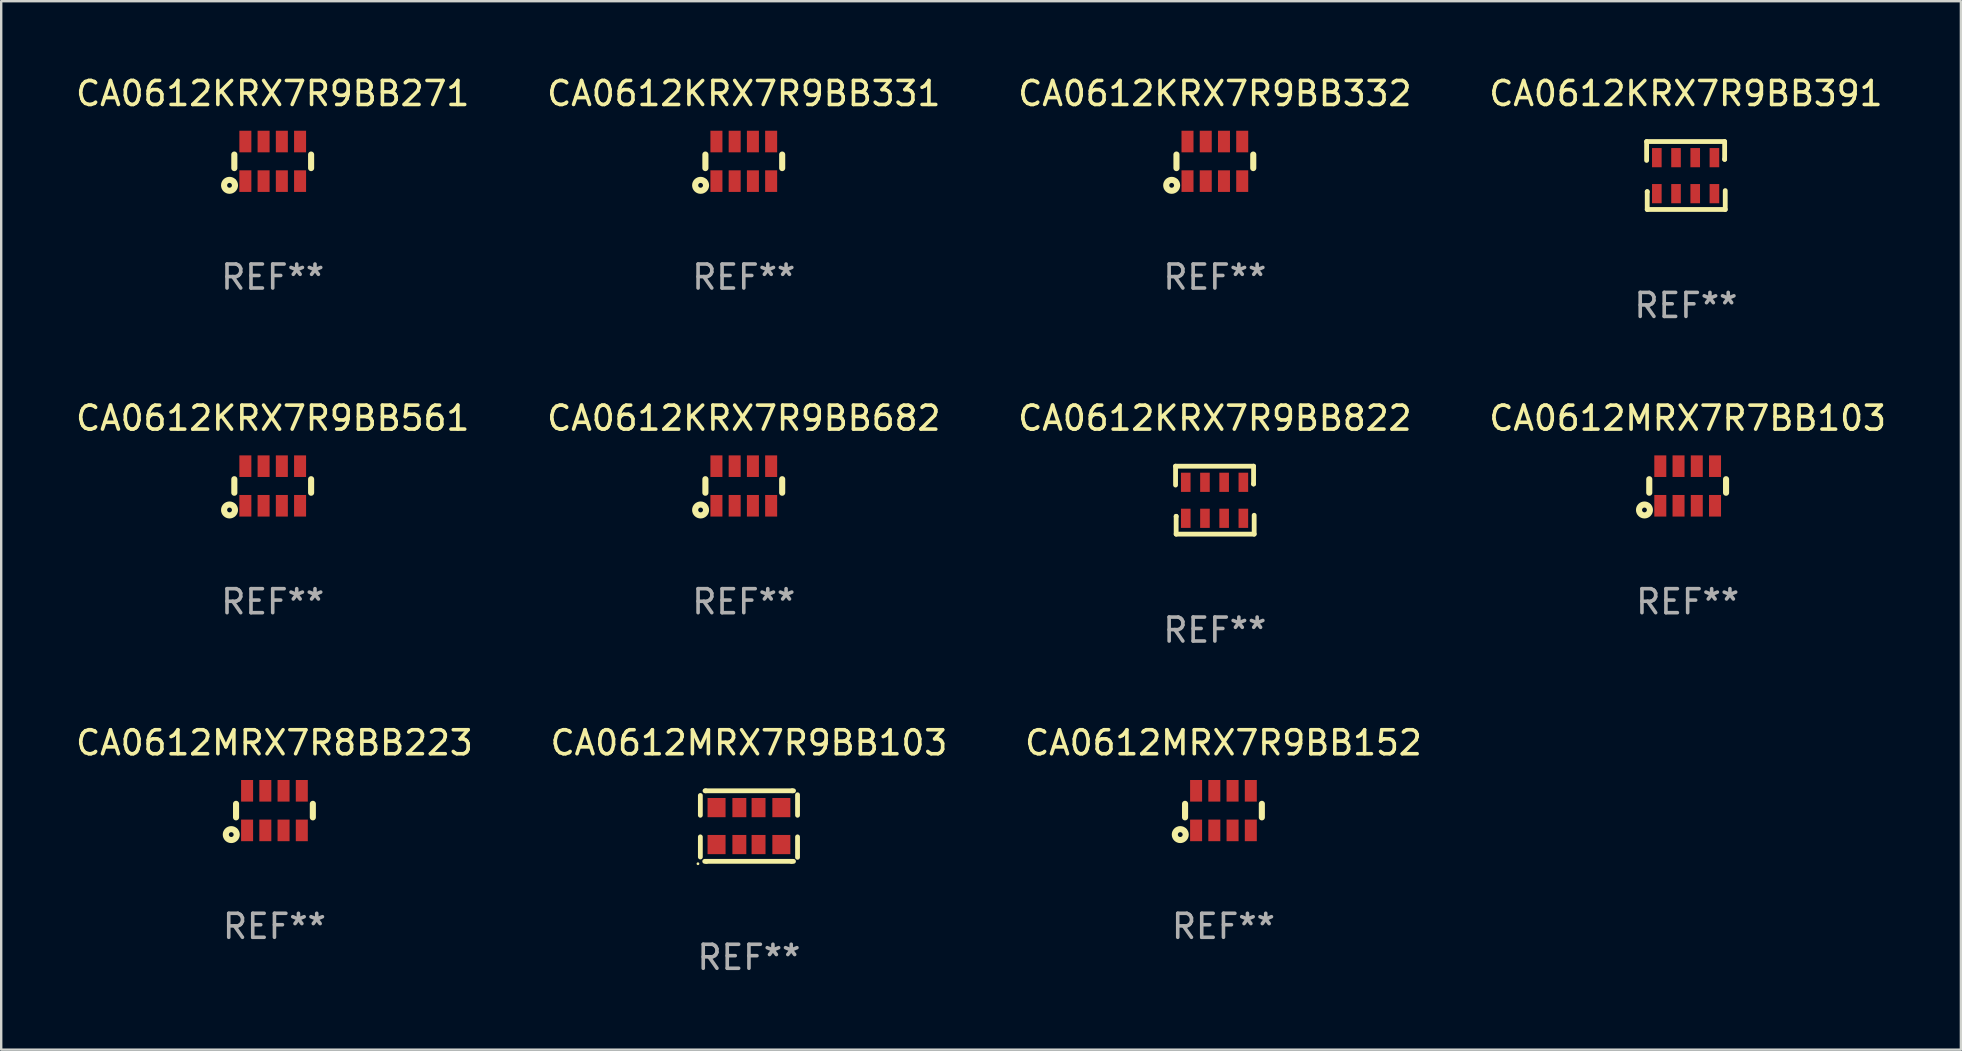
<source format=kicad_pcb>
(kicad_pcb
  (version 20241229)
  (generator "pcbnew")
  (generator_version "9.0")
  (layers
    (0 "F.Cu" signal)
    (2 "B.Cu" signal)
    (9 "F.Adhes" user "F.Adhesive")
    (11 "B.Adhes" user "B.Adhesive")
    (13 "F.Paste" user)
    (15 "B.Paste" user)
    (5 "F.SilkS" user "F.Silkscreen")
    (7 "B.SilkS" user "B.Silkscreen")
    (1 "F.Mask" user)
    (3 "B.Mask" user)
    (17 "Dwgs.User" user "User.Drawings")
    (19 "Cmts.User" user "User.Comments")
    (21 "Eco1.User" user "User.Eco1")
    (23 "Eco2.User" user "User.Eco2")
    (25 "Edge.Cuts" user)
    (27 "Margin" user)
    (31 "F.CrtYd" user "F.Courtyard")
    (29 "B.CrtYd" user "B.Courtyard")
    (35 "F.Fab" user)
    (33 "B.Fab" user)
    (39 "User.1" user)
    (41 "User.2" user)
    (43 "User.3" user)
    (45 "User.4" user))
  (footprint "CA0612KRX7R9BB561"
    (layer "F.Cu")
    (at 8.315 17.202)
    (property "Reference" "CA0612KRX7R9BB561" (at 0 -2.825 0) (layer "F.SilkS") (effects (font (size 1 1) (thickness 0.15))))
    (attr through_hole)
    (fp_line (start -1.6 -0.282) (end -1.6 0.282) (stroke (width 0.254) (type solid)) (layer "F.SilkS"))
    (fp_line (start 1.6 -0.282) (end 1.6 0.282) (stroke (width 0.254) (type solid)) (layer "F.SilkS"))
    (fp_circle (center -1.8 1) (end -1.7 1) (stroke (width 0.254) (type solid)) (fill no) (layer "F.SilkS"))
    (fp_circle (center -1.6 0.8) (end -1.57 0.8) (stroke (width 0.06) (type solid)) (fill no) (layer "F.SilkS"))
    (fp_text user "REF**" (at 0 4.825 0) (layer "F.Fab") (effects (font (size 1 1) (thickness 0.15))))
    (pad "1" smd rect (at -1.14 0.825 90) (size 0.9 0.5) (layers "F.Cu" "F.Mask" "F.Paste"))
    (pad "2" smd rect (at -0.38 0.825 90) (size 0.9 0.5) (layers "F.Cu" "F.Mask" "F.Paste"))
    (pad "3" smd rect (at 0.38 0.825 90) (size 0.9 0.5) (layers "F.Cu" "F.Mask" "F.Paste"))
    (pad "4" smd rect (at 1.14 0.825 90) (size 0.9 0.5) (layers "F.Cu" "F.Mask" "F.Paste"))
    (pad "5" smd rect (at 1.14 -0.825 90) (size 0.9 0.5) (layers "F.Cu" "F.Mask" "F.Paste"))
    (pad "6" smd rect (at 0.38 -0.825 90) (size 0.9 0.5) (layers "F.Cu" "F.Mask" "F.Paste"))
    (pad "7" smd rect (at -0.38 -0.825 90) (size 0.9 0.5) (layers "F.Cu" "F.Mask" "F.Paste"))
    (pad "8" smd rect (at -1.14 -0.825 90) (size 0.9 0.5) (layers "F.Cu" "F.Mask" "F.Paste")))
  (footprint "CA0612MRX7R8BB223"
    (layer "F.Cu")
    (at 8.387 30.73)
    (property "Reference" "CA0612MRX7R8BB223" (at 0 -2.825 0) (layer "F.SilkS") (effects (font (size 1 1) (thickness 0.15))))
    (attr through_hole)
    (fp_line (start -1.6 -0.282) (end -1.6 0.282) (stroke (width 0.254) (type solid)) (layer "F.SilkS"))
    (fp_line (start 1.6 -0.282) (end 1.6 0.282) (stroke (width 0.254) (type solid)) (layer "F.SilkS"))
    (fp_circle (center -1.8 1) (end -1.7 1) (stroke (width 0.254) (type solid)) (fill no) (layer "F.SilkS"))
    (fp_circle (center -1.6 0.8) (end -1.57 0.8) (stroke (width 0.06) (type solid)) (fill no) (layer "F.SilkS"))
    (fp_text user "REF**" (at 0 4.825 0) (layer "F.Fab") (effects (font (size 1 1) (thickness 0.15))))
    (pad "1" smd rect (at -1.14 0.825 90) (size 0.9 0.5) (layers "F.Cu" "F.Mask" "F.Paste"))
    (pad "2" smd rect (at -0.38 0.825 90) (size 0.9 0.5) (layers "F.Cu" "F.Mask" "F.Paste"))
    (pad "3" smd rect (at 0.38 0.825 90) (size 0.9 0.5) (layers "F.Cu" "F.Mask" "F.Paste"))
    (pad "4" smd rect (at 1.14 0.825 90) (size 0.9 0.5) (layers "F.Cu" "F.Mask" "F.Paste"))
    (pad "5" smd rect (at 1.14 -0.825 90) (size 0.9 0.5) (layers "F.Cu" "F.Mask" "F.Paste"))
    (pad "6" smd rect (at 0.38 -0.825 90) (size 0.9 0.5) (layers "F.Cu" "F.Mask" "F.Paste"))
    (pad "7" smd rect (at -0.38 -0.825 90) (size 0.9 0.5) (layers "F.Cu" "F.Mask" "F.Paste"))
    (pad "8" smd rect (at -1.14 -0.825 90) (size 0.9 0.5) (layers "F.Cu" "F.Mask" "F.Paste")))
  (footprint "CA0612KRX7R9BB391"
    (layer "F.Cu")
    (at 67.208 4.264)
    (property "Reference" "CA0612KRX7R9BB391" (at 0 -3.416 0) (layer "F.SilkS") (effects (font (size 1 1) (thickness 0.15))))
    (attr through_hole)
    (fp_line (start -1.638 -1.416) (end 1.613 -1.416) (stroke (width 0.2) (type solid)) (layer "F.SilkS"))
    (fp_line (start -1.638 -0.629) (end -1.638 -1.416) (stroke (width 0.2) (type solid)) (layer "F.SilkS"))
    (fp_line (start -1.613 0.673) (end -1.613 0.68) (stroke (width 0.2) (type solid)) (layer "F.SilkS"))
    (fp_line (start -1.613 1.416) (end -1.613 0.673) (stroke (width 0.2) (type solid)) (layer "F.SilkS"))
    (fp_line (start 1.613 -1.416) (end 1.613 -0.673) (stroke (width 0.2) (type solid)) (layer "F.SilkS"))
    (fp_line (start 1.613 -0.673) (end 1.613 -0.68) (stroke (width 0.2) (type solid)) (layer "F.SilkS"))
    (fp_line (start 1.638 0.629) (end 1.638 1.416) (stroke (width 0.2) (type solid)) (layer "F.SilkS"))
    (fp_line (start 1.638 1.416) (end -1.613 1.416) (stroke (width 0.2) (type solid)) (layer "F.SilkS"))
    (fp_circle (center -1.613 0.806) (end -1.583 0.806) (stroke (width 0.06) (type solid)) (fill no) (layer "F.SilkS"))
    (fp_text user "REF**" (at 0 5.416 0) (layer "F.Fab") (effects (font (size 1 1) (thickness 0.15))))
    (pad "1" smd rect (at -1.213 0.756 90) (size 0.8 0.4) (layers "F.Cu" "F.Mask" "F.Paste"))
    (pad "2" smd rect (at -0.413 0.756 90) (size 0.8 0.4) (layers "F.Cu" "F.Mask" "F.Paste"))
    (pad "3" smd rect (at 0.387 0.756 90) (size 0.8 0.4) (layers "F.Cu" "F.Mask" "F.Paste"))
    (pad "4" smd rect (at 1.187 0.756 90) (size 0.8 0.4) (layers "F.Cu" "F.Mask" "F.Paste"))
    (pad "5" smd rect (at 1.187 -0.744 90) (size 0.8 0.4) (layers "F.Cu" "F.Mask" "F.Paste"))
    (pad "6" smd rect (at 0.387 -0.744 90) (size 0.8 0.4) (layers "F.Cu" "F.Mask" "F.Paste"))
    (pad "7" smd rect (at -0.413 -0.744 90) (size 0.8 0.4) (layers "F.Cu" "F.Mask" "F.Paste"))
    (pad "8" smd rect (at -1.213 -0.744 90) (size 0.8 0.4) (layers "F.Cu" "F.Mask" "F.Paste")))
  (footprint "CA0612KRX7R9BB271"
    (layer "F.Cu")
    (at 8.315 3.673)
    (property "Reference" "CA0612KRX7R9BB271" (at 0 -2.825 0) (layer "F.SilkS") (effects (font (size 1 1) (thickness 0.15))))
    (attr through_hole)
    (fp_line (start -1.6 -0.282) (end -1.6 0.282) (stroke (width 0.254) (type solid)) (layer "F.SilkS"))
    (fp_line (start 1.6 -0.282) (end 1.6 0.282) (stroke (width 0.254) (type solid)) (layer "F.SilkS"))
    (fp_circle (center -1.8 1) (end -1.7 1) (stroke (width 0.254) (type solid)) (fill no) (layer "F.SilkS"))
    (fp_circle (center -1.6 0.8) (end -1.57 0.8) (stroke (width 0.06) (type solid)) (fill no) (layer "F.SilkS"))
    (fp_text user "REF**" (at 0 4.825 0) (layer "F.Fab") (effects (font (size 1 1) (thickness 0.15))))
    (pad "1" smd rect (at -1.14 0.825 90) (size 0.9 0.5) (layers "F.Cu" "F.Mask" "F.Paste"))
    (pad "2" smd rect (at -0.38 0.825 90) (size 0.9 0.5) (layers "F.Cu" "F.Mask" "F.Paste"))
    (pad "3" smd rect (at 0.38 0.825 90) (size 0.9 0.5) (layers "F.Cu" "F.Mask" "F.Paste"))
    (pad "4" smd rect (at 1.14 0.825 90) (size 0.9 0.5) (layers "F.Cu" "F.Mask" "F.Paste"))
    (pad "5" smd rect (at 1.14 -0.825 90) (size 0.9 0.5) (layers "F.Cu" "F.Mask" "F.Paste"))
    (pad "6" smd rect (at 0.38 -0.825 90) (size 0.9 0.5) (layers "F.Cu" "F.Mask" "F.Paste"))
    (pad "7" smd rect (at -0.38 -0.825 90) (size 0.9 0.5) (layers "F.Cu" "F.Mask" "F.Paste"))
    (pad "8" smd rect (at -1.14 -0.825 90) (size 0.9 0.5) (layers "F.Cu" "F.Mask" "F.Paste")))
  (footprint "CA0612KRX7R9BB331"
    (layer "F.Cu")
    (at 27.946 3.673)
    (property "Reference" "CA0612KRX7R9BB331" (at 0 -2.825 0) (layer "F.SilkS") (effects (font (size 1 1) (thickness 0.15))))
    (attr through_hole)
    (fp_line (start -1.6 -0.282) (end -1.6 0.282) (stroke (width 0.254) (type solid)) (layer "F.SilkS"))
    (fp_line (start 1.6 -0.282) (end 1.6 0.282) (stroke (width 0.254) (type solid)) (layer "F.SilkS"))
    (fp_circle (center -1.8 1) (end -1.7 1) (stroke (width 0.254) (type solid)) (fill no) (layer "F.SilkS"))
    (fp_circle (center -1.6 0.8) (end -1.57 0.8) (stroke (width 0.06) (type solid)) (fill no) (layer "F.SilkS"))
    (fp_text user "REF**" (at 0 4.825 0) (layer "F.Fab") (effects (font (size 1 1) (thickness 0.15))))
    (pad "1" smd rect (at -1.14 0.825 90) (size 0.9 0.5) (layers "F.Cu" "F.Mask" "F.Paste"))
    (pad "2" smd rect (at -0.38 0.825 90) (size 0.9 0.5) (layers "F.Cu" "F.Mask" "F.Paste"))
    (pad "3" smd rect (at 0.38 0.825 90) (size 0.9 0.5) (layers "F.Cu" "F.Mask" "F.Paste"))
    (pad "4" smd rect (at 1.14 0.825 90) (size 0.9 0.5) (layers "F.Cu" "F.Mask" "F.Paste"))
    (pad "5" smd rect (at 1.14 -0.825 90) (size 0.9 0.5) (layers "F.Cu" "F.Mask" "F.Paste"))
    (pad "6" smd rect (at 0.38 -0.825 90) (size 0.9 0.5) (layers "F.Cu" "F.Mask" "F.Paste"))
    (pad "7" smd rect (at -0.38 -0.825 90) (size 0.9 0.5) (layers "F.Cu" "F.Mask" "F.Paste"))
    (pad "8" smd rect (at -1.14 -0.825 90) (size 0.9 0.5) (layers "F.Cu" "F.Mask" "F.Paste")))
  (footprint "CA0612KRX7R9BB332"
    (layer "F.Cu")
    (at 47.577 3.673)
    (property "Reference" "CA0612KRX7R9BB332" (at 0 -2.825 0) (layer "F.SilkS") (effects (font (size 1 1) (thickness 0.15))))
    (attr through_hole)
    (fp_line (start -1.6 -0.282) (end -1.6 0.282) (stroke (width 0.254) (type solid)) (layer "F.SilkS"))
    (fp_line (start 1.6 -0.282) (end 1.6 0.282) (stroke (width 0.254) (type solid)) (layer "F.SilkS"))
    (fp_circle (center -1.8 1) (end -1.7 1) (stroke (width 0.254) (type solid)) (fill no) (layer "F.SilkS"))
    (fp_circle (center -1.6 0.8) (end -1.57 0.8) (stroke (width 0.06) (type solid)) (fill no) (layer "F.SilkS"))
    (fp_text user "REF**" (at 0 4.825 0) (layer "F.Fab") (effects (font (size 1 1) (thickness 0.15))))
    (pad "1" smd rect (at -1.14 0.825 90) (size 0.9 0.5) (layers "F.Cu" "F.Mask" "F.Paste"))
    (pad "2" smd rect (at -0.38 0.825 90) (size 0.9 0.5) (layers "F.Cu" "F.Mask" "F.Paste"))
    (pad "3" smd rect (at 0.38 0.825 90) (size 0.9 0.5) (layers "F.Cu" "F.Mask" "F.Paste"))
    (pad "4" smd rect (at 1.14 0.825 90) (size 0.9 0.5) (layers "F.Cu" "F.Mask" "F.Paste"))
    (pad "5" smd rect (at 1.14 -0.825 90) (size 0.9 0.5) (layers "F.Cu" "F.Mask" "F.Paste"))
    (pad "6" smd rect (at 0.38 -0.825 90) (size 0.9 0.5) (layers "F.Cu" "F.Mask" "F.Paste"))
    (pad "7" smd rect (at -0.38 -0.825 90) (size 0.9 0.5) (layers "F.Cu" "F.Mask" "F.Paste"))
    (pad "8" smd rect (at -1.14 -0.825 90) (size 0.9 0.5) (layers "F.Cu" "F.Mask" "F.Paste")))
  (footprint "CA0612MRX7R9BB103"
    (layer "F.Cu")
    (at 28.161 31.375)
    (property "Reference" "CA0612MRX7R9BB103" (at 0 -3.47 0) (layer "F.SilkS") (effects (font (size 1 1) (thickness 0.15))))
    (attr through_hole)
    (fp_line (start -2.025 -0.45) (end -2.025 -1.276) (stroke (width 0.2) (type solid)) (layer "F.SilkS"))
    (fp_line (start -2.025 0.45) (end -2.025 1.289) (stroke (width 0.2) (type solid)) (layer "F.SilkS"))
    (fp_line (start -1.844 1.47) (end -1.775 1.47) (stroke (width 0.2) (type solid)) (layer "F.SilkS"))
    (fp_line (start -1.831 -1.47) (end -1.801 -1.47) (stroke (width 0.2) (type solid)) (layer "F.SilkS"))
    (fp_line (start -1.801 -1.47) (end 1.802 -1.47) (stroke (width 0.2) (type solid)) (layer "F.SilkS"))
    (fp_line (start -1.775 1.47) (end 1.774 1.47) (stroke (width 0.2) (type solid)) (layer "F.SilkS"))
    (fp_line (start 1.774 1.47) (end 1.857 1.47) (stroke (width 0.2) (type solid)) (layer "F.SilkS"))
    (fp_line (start 1.802 -1.47) (end 1.859 -1.47) (stroke (width 0.2) (type solid)) (layer "F.SilkS"))
    (fp_line (start 2.025 -1.304) (end 2.025 -0.45) (stroke (width 0.2) (type solid)) (layer "F.SilkS"))
    (fp_line (start 2.025 1.302) (end 2.025 0.45) (stroke (width 0.2) (type solid)) (layer "F.SilkS"))
    (fp_circle (center -2.125 1.57) (end -2.095 1.57) (stroke (width 0.06) (type solid)) (fill no) (layer "F.SilkS"))
    (fp_text user "REF**" (at 0 5.47 0) (layer "F.Fab") (effects (font (size 1 1) (thickness 0.15))))
    (pad "1" smd rect (at -1.35 0.77 90) (size 0.8 0.75) (layers "F.Cu" "F.Mask" "F.Paste"))
    (pad "2" smd rect (at -0.4 0.77 90) (size 0.8 0.58) (layers "F.Cu" "F.Mask" "F.Paste"))
    (pad "3" smd rect (at 0.4 0.77 90) (size 0.8 0.58) (layers "F.Cu" "F.Mask" "F.Paste"))
    (pad "4" smd rect (at 1.35 0.77 90) (size 0.8 0.75) (layers "F.Cu" "F.Mask" "F.Paste"))
    (pad "5" smd rect (at 1.35 -0.77 90) (size 0.8 0.75) (layers "F.Cu" "F.Mask" "F.Paste"))
    (pad "6" smd rect (at 0.4 -0.77 90) (size 0.8 0.58) (layers "F.Cu" "F.Mask" "F.Paste"))
    (pad "7" smd rect (at -0.4 -0.77 90) (size 0.8 0.58) (layers "F.Cu" "F.Mask" "F.Paste"))
    (pad "8" smd rect (at -1.35 -0.77 90) (size 0.8 0.75) (layers "F.Cu" "F.Mask" "F.Paste")))
  (footprint "CA0612KRX7R9BB682"
    (layer "F.Cu")
    (at 27.946 17.202)
    (property "Reference" "CA0612KRX7R9BB682" (at 0 -2.825 0) (layer "F.SilkS") (effects (font (size 1 1) (thickness 0.15))))
    (attr through_hole)
    (fp_line (start -1.6 -0.282) (end -1.6 0.282) (stroke (width 0.254) (type solid)) (layer "F.SilkS"))
    (fp_line (start 1.6 -0.282) (end 1.6 0.282) (stroke (width 0.254) (type solid)) (layer "F.SilkS"))
    (fp_circle (center -1.8 1) (end -1.7 1) (stroke (width 0.254) (type solid)) (fill no) (layer "F.SilkS"))
    (fp_circle (center -1.6 0.8) (end -1.57 0.8) (stroke (width 0.06) (type solid)) (fill no) (layer "F.SilkS"))
    (fp_text user "REF**" (at 0 4.825 0) (layer "F.Fab") (effects (font (size 1 1) (thickness 0.15))))
    (pad "1" smd rect (at -1.14 0.825 90) (size 0.9 0.5) (layers "F.Cu" "F.Mask" "F.Paste"))
    (pad "2" smd rect (at -0.38 0.825 90) (size 0.9 0.5) (layers "F.Cu" "F.Mask" "F.Paste"))
    (pad "3" smd rect (at 0.38 0.825 90) (size 0.9 0.5) (layers "F.Cu" "F.Mask" "F.Paste"))
    (pad "4" smd rect (at 1.14 0.825 90) (size 0.9 0.5) (layers "F.Cu" "F.Mask" "F.Paste"))
    (pad "5" smd rect (at 1.14 -0.825 90) (size 0.9 0.5) (layers "F.Cu" "F.Mask" "F.Paste"))
    (pad "6" smd rect (at 0.38 -0.825 90) (size 0.9 0.5) (layers "F.Cu" "F.Mask" "F.Paste"))
    (pad "7" smd rect (at -0.38 -0.825 90) (size 0.9 0.5) (layers "F.Cu" "F.Mask" "F.Paste"))
    (pad "8" smd rect (at -1.14 -0.825 90) (size 0.9 0.5) (layers "F.Cu" "F.Mask" "F.Paste")))
  (footprint "CA0612KRX7R9BB822"
    (layer "F.Cu")
    (at 47.577 17.793)
    (property "Reference" "CA0612KRX7R9BB822" (at 0 -3.416 0) (layer "F.SilkS") (effects (font (size 1 1) (thickness 0.15))))
    (attr through_hole)
    (fp_line (start -1.638 -1.416) (end 1.613 -1.416) (stroke (width 0.2) (type solid)) (layer "F.SilkS"))
    (fp_line (start -1.638 -0.629) (end -1.638 -1.416) (stroke (width 0.2) (type solid)) (layer "F.SilkS"))
    (fp_line (start -1.613 0.673) (end -1.613 0.68) (stroke (width 0.2) (type solid)) (layer "F.SilkS"))
    (fp_line (start -1.613 1.416) (end -1.613 0.673) (stroke (width 0.2) (type solid)) (layer "F.SilkS"))
    (fp_line (start 1.613 -1.416) (end 1.613 -0.673) (stroke (width 0.2) (type solid)) (layer "F.SilkS"))
    (fp_line (start 1.613 -0.673) (end 1.613 -0.68) (stroke (width 0.2) (type solid)) (layer "F.SilkS"))
    (fp_line (start 1.638 0.629) (end 1.638 1.416) (stroke (width 0.2) (type solid)) (layer "F.SilkS"))
    (fp_line (start 1.638 1.416) (end -1.613 1.416) (stroke (width 0.2) (type solid)) (layer "F.SilkS"))
    (fp_circle (center -1.613 0.806) (end -1.583 0.806) (stroke (width 0.06) (type solid)) (fill no) (layer "F.SilkS"))
    (fp_text user "REF**" (at 0 5.416 0) (layer "F.Fab") (effects (font (size 1 1) (thickness 0.15))))
    (pad "1" smd rect (at -1.213 0.756 90) (size 0.8 0.4) (layers "F.Cu" "F.Mask" "F.Paste"))
    (pad "2" smd rect (at -0.413 0.756 90) (size 0.8 0.4) (layers "F.Cu" "F.Mask" "F.Paste"))
    (pad "3" smd rect (at 0.387 0.756 90) (size 0.8 0.4) (layers "F.Cu" "F.Mask" "F.Paste"))
    (pad "4" smd rect (at 1.187 0.756 90) (size 0.8 0.4) (layers "F.Cu" "F.Mask" "F.Paste"))
    (pad "5" smd rect (at 1.187 -0.744 90) (size 0.8 0.4) (layers "F.Cu" "F.Mask" "F.Paste"))
    (pad "6" smd rect (at 0.387 -0.744 90) (size 0.8 0.4) (layers "F.Cu" "F.Mask" "F.Paste"))
    (pad "7" smd rect (at -0.413 -0.744 90) (size 0.8 0.4) (layers "F.Cu" "F.Mask" "F.Paste"))
    (pad "8" smd rect (at -1.213 -0.744 90) (size 0.8 0.4) (layers "F.Cu" "F.Mask" "F.Paste")))
  (footprint "CA0612MRX7R9BB152"
    (layer "F.Cu")
    (at 47.935 30.73)
    (property "Reference" "CA0612MRX7R9BB152" (at 0 -2.825 0) (layer "F.SilkS") (effects (font (size 1 1) (thickness 0.15))))
    (attr through_hole)
    (fp_line (start -1.6 -0.282) (end -1.6 0.282) (stroke (width 0.254) (type solid)) (layer "F.SilkS"))
    (fp_line (start 1.6 -0.282) (end 1.6 0.282) (stroke (width 0.254) (type solid)) (layer "F.SilkS"))
    (fp_circle (center -1.8 1) (end -1.7 1) (stroke (width 0.254) (type solid)) (fill no) (layer "F.SilkS"))
    (fp_circle (center -1.6 0.8) (end -1.57 0.8) (stroke (width 0.06) (type solid)) (fill no) (layer "F.SilkS"))
    (fp_text user "REF**" (at 0 4.825 0) (layer "F.Fab") (effects (font (size 1 1) (thickness 0.15))))
    (pad "1" smd rect (at -1.14 0.825 90) (size 0.9 0.5) (layers "F.Cu" "F.Mask" "F.Paste"))
    (pad "2" smd rect (at -0.38 0.825 90) (size 0.9 0.5) (layers "F.Cu" "F.Mask" "F.Paste"))
    (pad "3" smd rect (at 0.38 0.825 90) (size 0.9 0.5) (layers "F.Cu" "F.Mask" "F.Paste"))
    (pad "4" smd rect (at 1.14 0.825 90) (size 0.9 0.5) (layers "F.Cu" "F.Mask" "F.Paste"))
    (pad "5" smd rect (at 1.14 -0.825 90) (size 0.9 0.5) (layers "F.Cu" "F.Mask" "F.Paste"))
    (pad "6" smd rect (at 0.38 -0.825 90) (size 0.9 0.5) (layers "F.Cu" "F.Mask" "F.Paste"))
    (pad "7" smd rect (at -0.38 -0.825 90) (size 0.9 0.5) (layers "F.Cu" "F.Mask" "F.Paste"))
    (pad "8" smd rect (at -1.14 -0.825 90) (size 0.9 0.5) (layers "F.Cu" "F.Mask" "F.Paste")))
  (footprint "CA0612MRX7R7BB103"
    (layer "F.Cu")
    (at 67.28 17.202)
    (property "Reference" "CA0612MRX7R7BB103" (at 0 -2.825 0) (layer "F.SilkS") (effects (font (size 1 1) (thickness 0.15))))
    (attr through_hole)
    (fp_line (start -1.6 -0.282) (end -1.6 0.282) (stroke (width 0.254) (type solid)) (layer "F.SilkS"))
    (fp_line (start 1.6 -0.282) (end 1.6 0.282) (stroke (width 0.254) (type solid)) (layer "F.SilkS"))
    (fp_circle (center -1.8 1) (end -1.7 1) (stroke (width 0.254) (type solid)) (fill no) (layer "F.SilkS"))
    (fp_circle (center -1.6 0.8) (end -1.57 0.8) (stroke (width 0.06) (type solid)) (fill no) (layer "F.SilkS"))
    (fp_text user "REF**" (at 0 4.825 0) (layer "F.Fab") (effects (font (size 1 1) (thickness 0.15))))
    (pad "1" smd rect (at -1.14 0.825 90) (size 0.9 0.5) (layers "F.Cu" "F.Mask" "F.Paste"))
    (pad "2" smd rect (at -0.38 0.825 90) (size 0.9 0.5) (layers "F.Cu" "F.Mask" "F.Paste"))
    (pad "3" smd rect (at 0.38 0.825 90) (size 0.9 0.5) (layers "F.Cu" "F.Mask" "F.Paste"))
    (pad "4" smd rect (at 1.14 0.825 90) (size 0.9 0.5) (layers "F.Cu" "F.Mask" "F.Paste"))
    (pad "5" smd rect (at 1.14 -0.825 90) (size 0.9 0.5) (layers "F.Cu" "F.Mask" "F.Paste"))
    (pad "6" smd rect (at 0.38 -0.825 90) (size 0.9 0.5) (layers "F.Cu" "F.Mask" "F.Paste"))
    (pad "7" smd rect (at -0.38 -0.825 90) (size 0.9 0.5) (layers "F.Cu" "F.Mask" "F.Paste"))
    (pad "8" smd rect (at -1.14 -0.825 90) (size 0.9 0.5) (layers "F.Cu" "F.Mask" "F.Paste")))
  (gr_rect
    (start -3 -3)
    (end 78.667 40.694)
    (stroke (width 0.1) (type default))
    (fill no)
    (layer "Edge.Cuts")))
</source>
